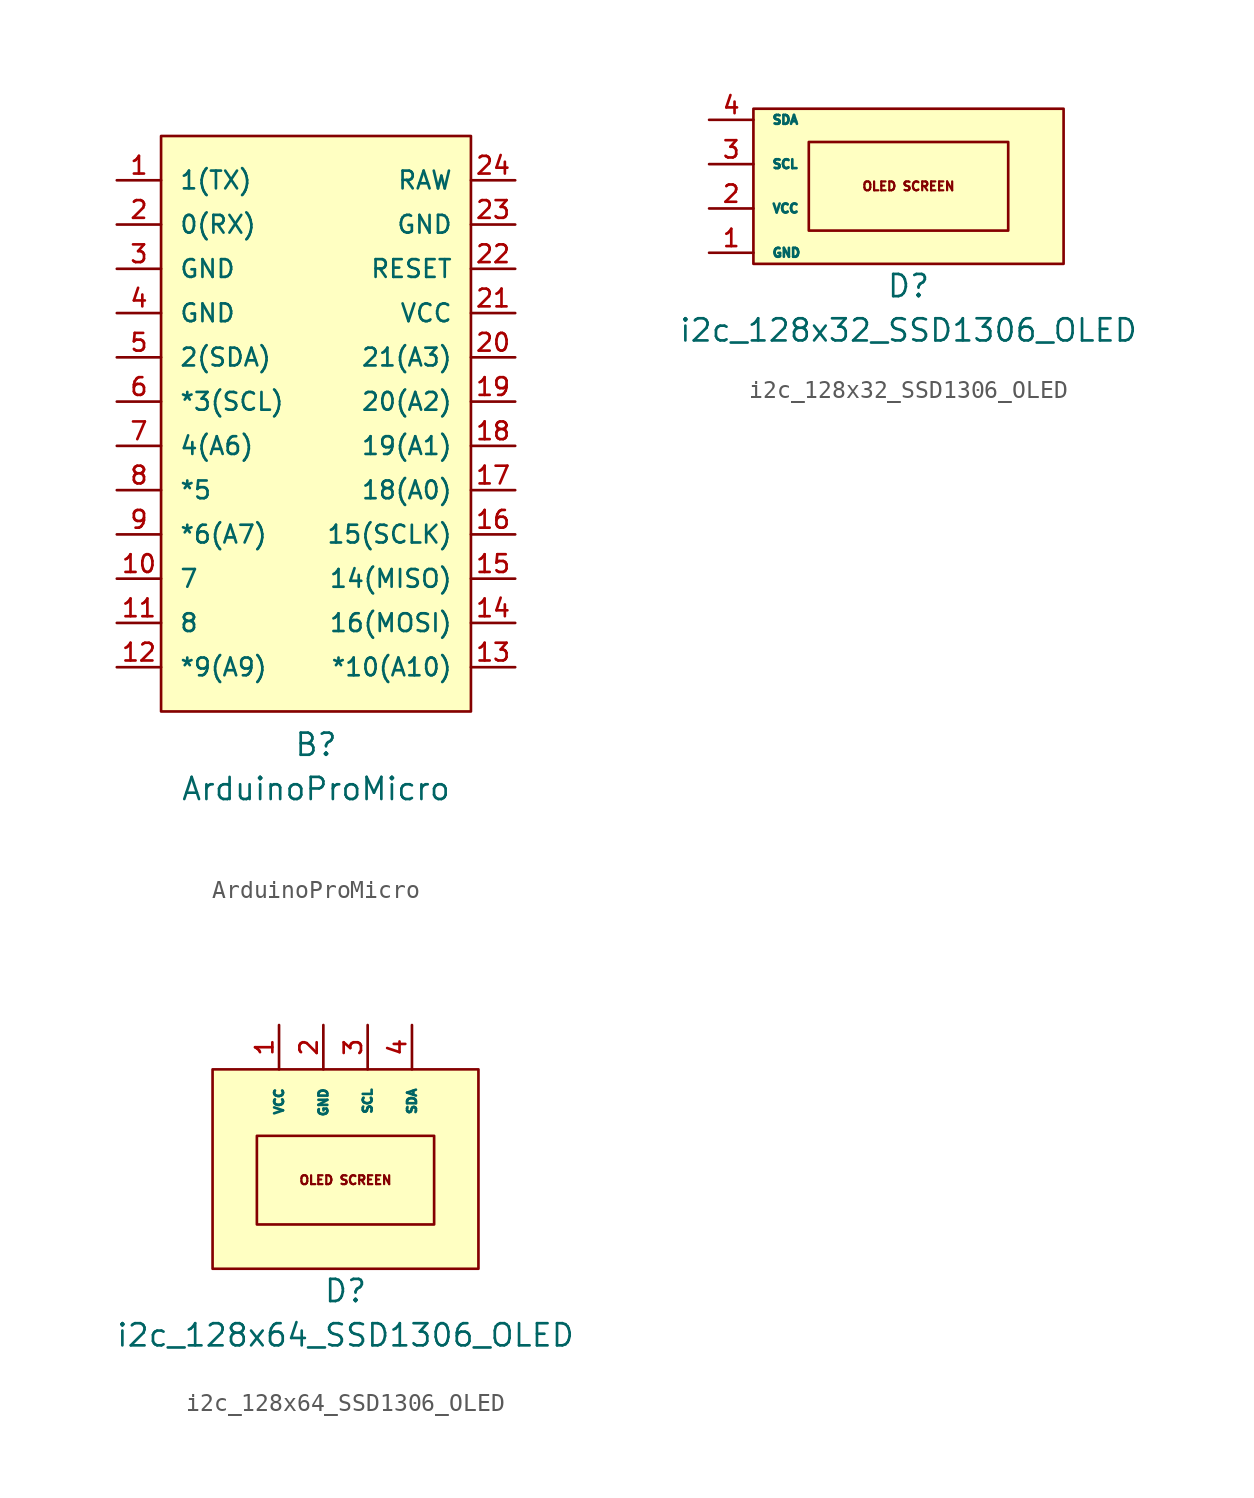
<source format=kicad_sym>
(kicad_symbol_lib
  (version 20241209)
  (generator "kicad_symbol_editor")
  (generator_version "9.0")
  (symbol "ArduinoProMicro"
    (pin_names
      (offset 1.016))
    (property "Reference" "B"
      (at 0 -18.415 0)
      (effects (font (size 1.27 1.27))))
    (property "Value" "ArduinoProMicro"
      (at 0 -20.955 0)
      (effects (font (size 1.27 1.27))))
    (symbol "ArduinoProMicro_1_1"
      (polyline (pts (xy -8.89 16.51) (xy -8.89 -16.51) (xy 8.89 -16.51) (xy 8.89 16.51) (xy -8.89 16.51)) (stroke (width 0) (type solid)) (fill (type background)))
      (pin bidirectional line (at -11.43 13.97 0) (length 2.54) (name "1(TX)" (effects (font (size 1.016 1.016)))) (number "1" (effects (font (size 1.016 1.016)))))
      (pin bidirectional line (at -11.43 11.43 0) (length 2.54) (name "0(RX)" (effects (font (size 1.016 1.016)))) (number "2" (effects (font (size 1.016 1.016)))))
      (pin power_in line (at -11.43 8.89 0) (length 2.54) (name "GND" (effects (font (size 1.016 1.016)))) (number "3" (effects (font (size 1.016 1.016)))))
      (pin power_in line (at -11.43 6.35 0) (length 2.54) (name "GND" (effects (font (size 1.016 1.016)))) (number "4" (effects (font (size 1.016 1.016)))))
      (pin bidirectional line (at -11.43 3.81 0) (length 2.54) (name "2(SDA)" (effects (font (size 1.016 1.016)))) (number "5" (effects (font (size 1.016 1.016)))))
      (pin bidirectional line (at -11.43 1.27 0) (length 2.54) (name "*3(SCL)" (effects (font (size 1.016 1.016)))) (number "6" (effects (font (size 1.016 1.016)))))
      (pin bidirectional line (at -11.43 -1.27 0) (length 2.54) (name "4(A6)" (effects (font (size 1.016 1.016)))) (number "7" (effects (font (size 1.016 1.016)))))
      (pin bidirectional line (at -11.43 -3.81 0) (length 2.54) (name "*5" (effects (font (size 1.016 1.016)))) (number "8" (effects (font (size 1.016 1.016)))))
      (pin bidirectional line (at -11.43 -6.35 0) (length 2.54) (name "*6(A7)" (effects (font (size 1.016 1.016)))) (number "9" (effects (font (size 1.016 1.016)))))
      (pin bidirectional line (at -11.43 -8.89 0) (length 2.54) (name "7" (effects (font (size 1.016 1.016)))) (number "10" (effects (font (size 1.016 1.016)))))
      (pin bidirectional line (at -11.43 -11.43 0) (length 2.54) (name "8" (effects (font (size 1.016 1.016)))) (number "11" (effects (font (size 1.016 1.016)))))
      (pin bidirectional line (at -11.43 -13.97 0) (length 2.54) (name "*9(A9)" (effects (font (size 1.016 1.016)))) (number "12" (effects (font (size 1.016 1.016)))))
      (pin power_in line (at 11.43 13.97 180) (length 2.54) (name "RAW" (effects (font (size 1.016 1.016)))) (number "24" (effects (font (size 1.016 1.016)))))
      (pin power_in line (at 11.43 11.43 180) (length 2.54) (name "GND" (effects (font (size 1.016 1.016)))) (number "23" (effects (font (size 1.016 1.016)))))
      (pin bidirectional line (at 11.43 8.89 180) (length 2.54) (name "RESET" (effects (font (size 1.016 1.016)))) (number "22" (effects (font (size 1.016 1.016)))))
      (pin power_in line (at 11.43 6.35 180) (length 2.54) (name "VCC" (effects (font (size 1.016 1.016)))) (number "21" (effects (font (size 1.016 1.016)))))
      (pin bidirectional line (at 11.43 3.81 180) (length 2.54) (name "21(A3)" (effects (font (size 1.016 1.016)))) (number "20" (effects (font (size 1.016 1.016)))))
      (pin bidirectional line (at 11.43 1.27 180) (length 2.54) (name "20(A2)" (effects (font (size 1.016 1.016)))) (number "19" (effects (font (size 1.016 1.016)))))
      (pin bidirectional line (at 11.43 -1.27 180) (length 2.54) (name "19(A1)" (effects (font (size 1.016 1.016)))) (number "18" (effects (font (size 1.016 1.016)))))
      (pin bidirectional line (at 11.43 -3.81 180) (length 2.54) (name "18(A0)" (effects (font (size 1.016 1.016)))) (number "17" (effects (font (size 1.016 1.016)))))
      (pin bidirectional line (at 11.43 -6.35 180) (length 2.54) (name "15(SCLK)" (effects (font (size 1.016 1.016)))) (number "16" (effects (font (size 1.016 1.016)))))
      (pin bidirectional line (at 11.43 -8.89 180) (length 2.54) (name "14(MISO)" (effects (font (size 1.016 1.016)))) (number "15" (effects (font (size 1.016 1.016)))))
      (pin bidirectional line (at 11.43 -11.43 180) (length 2.54) (name "16(MOSI)" (effects (font (size 1.016 1.016)))) (number "14" (effects (font (size 1.016 1.016)))))
      (pin bidirectional line (at 11.43 -13.97 180) (length 2.54) (name "*10(A10)" (effects (font (size 1.016 1.016)))) (number "13" (effects (font (size 1.016 1.016)))))))
  (symbol "i2c_128x32_SSD1306_OLED"
    (pin_names
      (offset 1.016))
    (property "Reference" "D"
      (at 0 -5.715 0)
      (effects (font (size 1.27 1.27))))
    (property "Value" "i2c_128x32_SSD1306_OLED"
      (at 0 -8.255 0)
      (effects (font (size 1.27 1.27))))
    (symbol "i2c_128x32_SSD1306_OLED_0_1"
      (rectangle (start -8.89 4.445) (end 8.89 -4.445) (stroke (width 0) (type solid)) (fill (type background)))
      (rectangle (start -5.715 2.54) (end 5.715 -2.54) (stroke (width 0) (type solid)) (fill (type background))))
    (symbol "i2c_128x32_SSD1306_OLED_1_1"
      (text "OLED SCREEN" (at 0 0 0) (effects (font (size 0.508 0.508))))
      (pin bidirectional line (at -11.43 3.81 0) (length 2.54) (name "SDA" (effects (font (size 0.508 0.508)))) (number "4" (effects (font (size 0.991 0.991)))))
      (pin bidirectional line (at -11.43 1.27 0) (length 2.54) (name "SCL" (effects (font (size 0.508 0.508)))) (number "3" (effects (font (size 0.991 0.991)))))
      (pin power_in line (at -11.43 -1.27 0) (length 2.54) (name "VCC" (effects (font (size 0.508 0.508)))) (number "2" (effects (font (size 0.991 0.991)))))
      (pin power_in line (at -11.43 -3.81 0) (length 2.54) (name "GND" (effects (font (size 0.508 0.508)))) (number "1" (effects (font (size 0.991 0.991)))))))
  (symbol "i2c_128x64_SSD1306_OLED"
    (pin_names
      (offset 1.016))
    (property "Reference" "D"
      (at 0 -6.35 0)
      (effects (font (size 1.27 1.27))))
    (property "Value" "i2c_128x64_SSD1306_OLED"
      (at 0 -8.89 0)
      (effects (font (size 1.27 1.27))))
    (symbol "i2c_128x64_SSD1306_OLED_0_0"
      (text "OLED SCREEN" (at 0 0 0) (effects (font (size 0.508 0.508)))))
    (symbol "i2c_128x64_SSD1306_OLED_0_1"
      (rectangle (start -7.62 6.35) (end 7.62 -5.08) (stroke (width 0) (type solid)) (fill (type background)))
      (rectangle (start -5.08 2.54) (end 5.08 -2.54) (stroke (width 0) (type solid)) (fill (type none))))
    (symbol "i2c_128x64_SSD1306_OLED_1_1"
      (pin power_in line (at -3.81 8.89 270) (length 2.54) (name "VCC" (effects (font (size 0.508 0.508)))) (number "1" (effects (font (size 0.991 0.991)))))
      (pin power_in line (at -1.27 8.89 270) (length 2.54) (name "GND" (effects (font (size 0.508 0.508)))) (number "2" (effects (font (size 0.991 0.991)))))
      (pin bidirectional line (at 1.27 8.89 270) (length 2.54) (name "SCL" (effects (font (size 0.508 0.508)))) (number "3" (effects (font (size 0.991 0.991)))))
      (pin bidirectional line (at 3.81 8.89 270) (length 2.54) (name "SDA" (effects (font (size 0.508 0.508)))) (number "4" (effects (font (size 0.991 0.991))))))))
</source>
